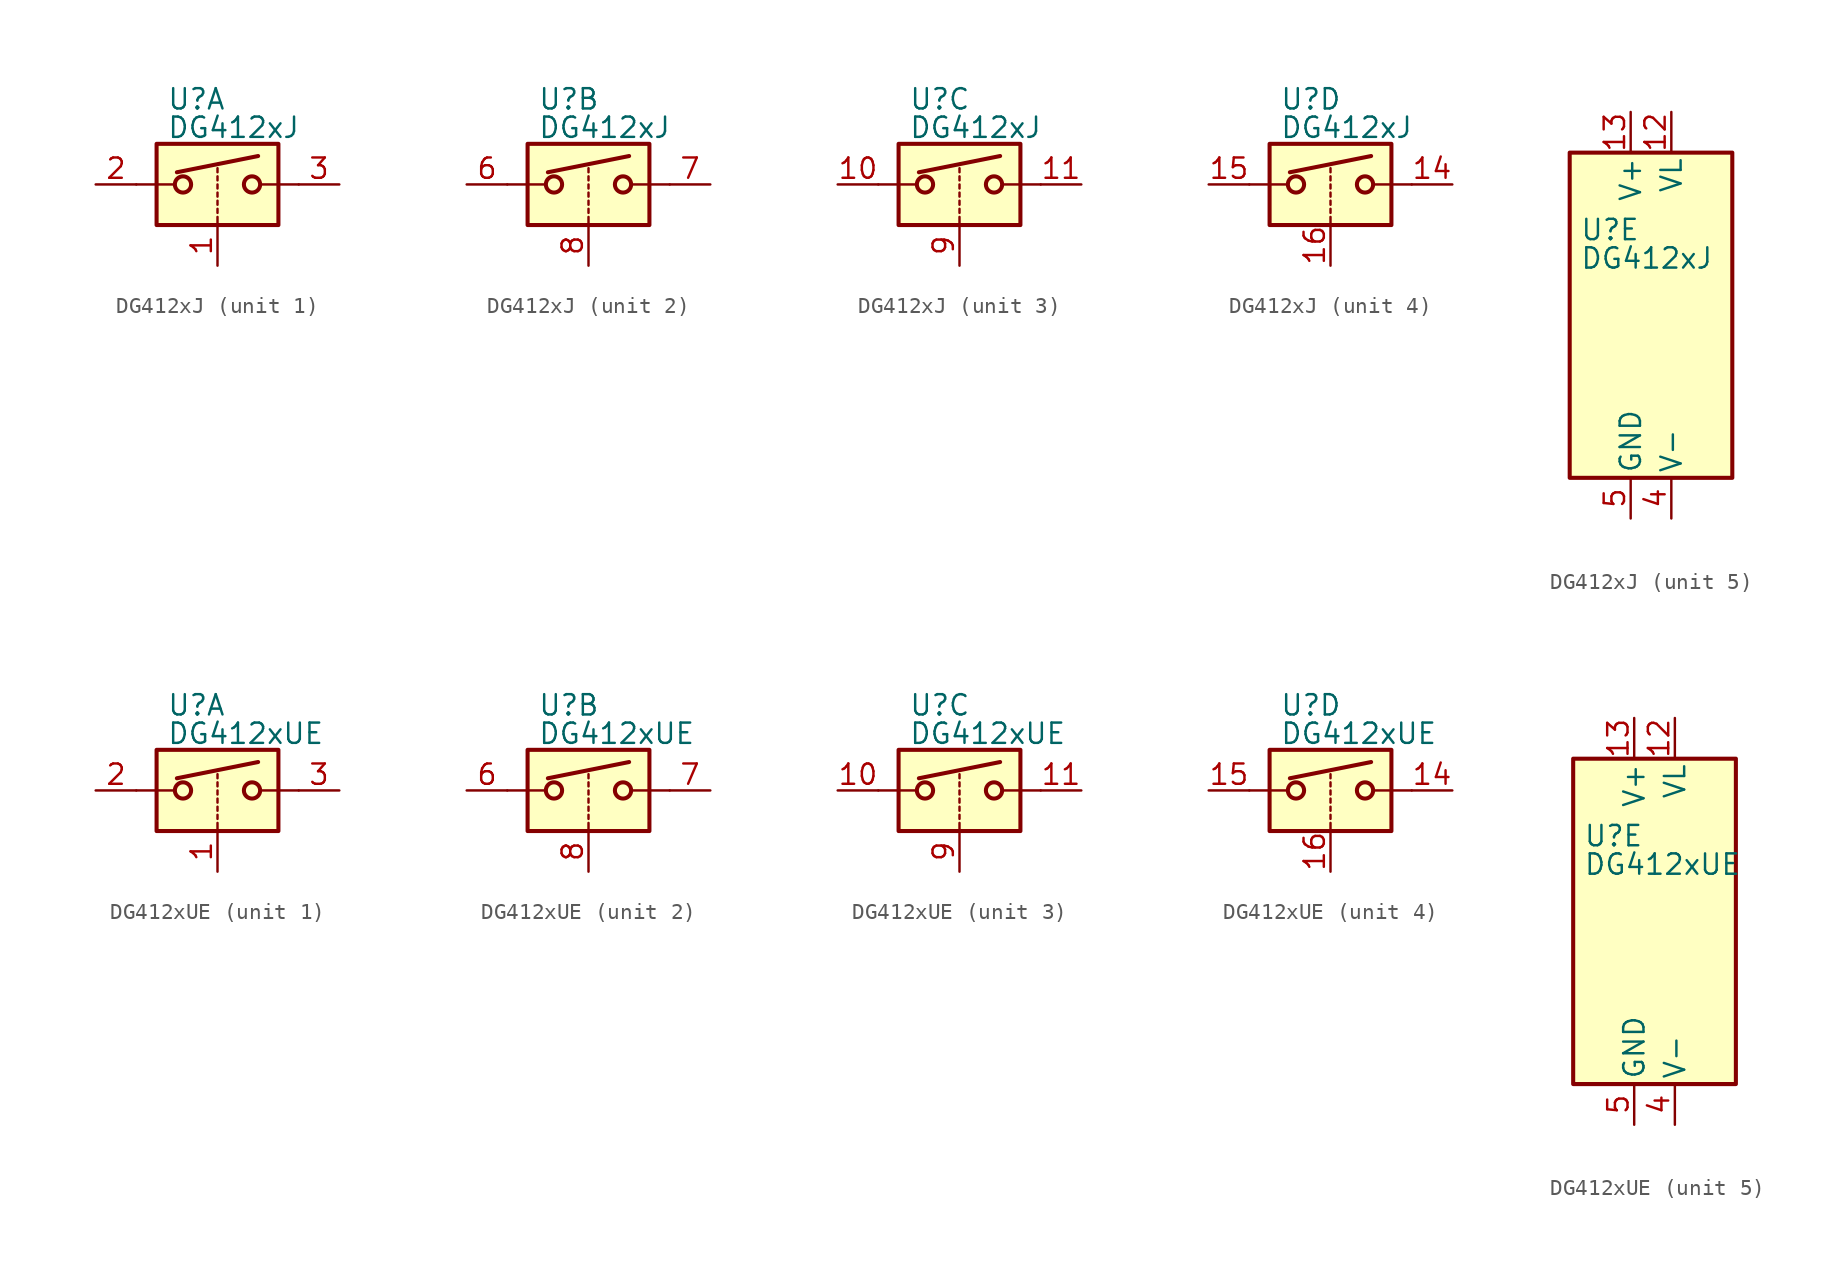
<source format=kicad_sym>
(kicad_symbol_lib
  (version 20241209)
  (generator "kicad_symbol_editor")
  (generator_version "9.0")
  (symbol "DG412xJ"
    (pin_names
      (offset 0.254))
    (property "Reference" "U"
      (at -3.175 5.334 0)
      (effects (font (size 1.27 1.27)) (justify left)))
    (property "Value" "DG412xJ"
      (at -3.175 3.556 0)
      (effects (font (size 1.27 1.27)) (justify left)))
    (symbol "DG412xJ_1_1"
      (polyline (pts (xy -5.08 0) (xy -2.794 0)) (stroke (width 0) (type default)) (fill (type none)))
      (rectangle (start -3.81 2.54) (end 3.81 -2.54) (stroke (width 0.254) (type default)) (fill (type background)))
      (polyline (pts (xy -2.54 0.762) (xy 2.54 1.778)) (stroke (width 0.254) (type default)) (fill (type none)))
      (circle (center -2.159 0) (radius 0.508) (stroke (width 0.254) (type default)) (fill (type none)))
      (polyline (pts (xy 0 0.762) (xy 0 1.016)) (stroke (width 0) (type default)) (fill (type none)))
      (polyline (pts (xy 0 0.254) (xy 0 0.508)) (stroke (width 0) (type default)) (fill (type none)))
      (polyline (pts (xy 0 -0.254) (xy 0 0)) (stroke (width 0) (type default)) (fill (type none)))
      (polyline (pts (xy 0 -0.762) (xy 0 -0.508)) (stroke (width 0) (type default)) (fill (type none)))
      (polyline (pts (xy 0 -1.27) (xy 0 -1.016)) (stroke (width 0) (type default)) (fill (type none)))
      (polyline (pts (xy 0 -1.778) (xy 0 -1.524)) (stroke (width 0) (type default)) (fill (type none)))
      (polyline (pts (xy 0 -2.54) (xy 0 -2.032)) (stroke (width 0) (type default)) (fill (type none)))
      (circle (center 2.159 0) (radius 0.508) (stroke (width 0.254) (type default)) (fill (type none)))
      (polyline (pts (xy 5.08 0) (xy 2.794 0)) (stroke (width 0) (type default)) (fill (type none)))
      (pin passive line (at -7.62 0 0) (length 2.54) (name "~" (effects (font (size 1.27 1.27)))) (number "2" (effects (font (size 1.27 1.27)))))
      (pin input line (at 0 -5.08 90) (length 2.54) (name "~" (effects (font (size 1.27 1.27)))) (number "1" (effects (font (size 1.27 1.27)))))
      (pin passive line (at 7.62 0 180) (length 2.54) (name "~" (effects (font (size 1.27 1.27)))) (number "3" (effects (font (size 1.27 1.27))))))
    (symbol "DG412xJ_2_1"
      (polyline (pts (xy -5.08 0) (xy -2.794 0)) (stroke (width 0) (type default)) (fill (type none)))
      (rectangle (start -3.81 2.54) (end 3.81 -2.54) (stroke (width 0.254) (type default)) (fill (type background)))
      (polyline (pts (xy -2.54 0.762) (xy 2.54 1.778)) (stroke (width 0.254) (type default)) (fill (type none)))
      (circle (center -2.159 0) (radius 0.508) (stroke (width 0.254) (type default)) (fill (type none)))
      (polyline (pts (xy 0 0.762) (xy 0 1.016)) (stroke (width 0) (type default)) (fill (type none)))
      (polyline (pts (xy 0 0.254) (xy 0 0.508)) (stroke (width 0) (type default)) (fill (type none)))
      (polyline (pts (xy 0 -0.254) (xy 0 0)) (stroke (width 0) (type default)) (fill (type none)))
      (polyline (pts (xy 0 -0.762) (xy 0 -0.508)) (stroke (width 0) (type default)) (fill (type none)))
      (polyline (pts (xy 0 -1.27) (xy 0 -1.016)) (stroke (width 0) (type default)) (fill (type none)))
      (polyline (pts (xy 0 -1.778) (xy 0 -1.524)) (stroke (width 0) (type default)) (fill (type none)))
      (polyline (pts (xy 0 -2.54) (xy 0 -2.032)) (stroke (width 0) (type default)) (fill (type none)))
      (circle (center 2.159 0) (radius 0.508) (stroke (width 0.254) (type default)) (fill (type none)))
      (polyline (pts (xy 5.08 0) (xy 2.794 0)) (stroke (width 0) (type default)) (fill (type none)))
      (pin passive line (at -7.62 0 0) (length 2.54) (name "~" (effects (font (size 1.27 1.27)))) (number "6" (effects (font (size 1.27 1.27)))))
      (pin input line (at 0 -5.08 90) (length 2.54) (name "~" (effects (font (size 1.27 1.27)))) (number "8" (effects (font (size 1.27 1.27)))))
      (pin passive line (at 7.62 0 180) (length 2.54) (name "~" (effects (font (size 1.27 1.27)))) (number "7" (effects (font (size 1.27 1.27))))))
    (symbol "DG412xJ_3_1"
      (polyline (pts (xy -5.08 0) (xy -2.794 0)) (stroke (width 0) (type default)) (fill (type none)))
      (rectangle (start -3.81 2.54) (end 3.81 -2.54) (stroke (width 0.254) (type default)) (fill (type background)))
      (polyline (pts (xy -2.54 0.762) (xy 2.54 1.778)) (stroke (width 0.254) (type default)) (fill (type none)))
      (circle (center -2.159 0) (radius 0.508) (stroke (width 0.254) (type default)) (fill (type none)))
      (polyline (pts (xy 0 0.762) (xy 0 1.016)) (stroke (width 0) (type default)) (fill (type none)))
      (polyline (pts (xy 0 0.254) (xy 0 0.508)) (stroke (width 0) (type default)) (fill (type none)))
      (polyline (pts (xy 0 -0.254) (xy 0 0)) (stroke (width 0) (type default)) (fill (type none)))
      (polyline (pts (xy 0 -0.762) (xy 0 -0.508)) (stroke (width 0) (type default)) (fill (type none)))
      (polyline (pts (xy 0 -1.27) (xy 0 -1.016)) (stroke (width 0) (type default)) (fill (type none)))
      (polyline (pts (xy 0 -1.778) (xy 0 -1.524)) (stroke (width 0) (type default)) (fill (type none)))
      (polyline (pts (xy 0 -2.54) (xy 0 -2.032)) (stroke (width 0) (type default)) (fill (type none)))
      (circle (center 2.159 0) (radius 0.508) (stroke (width 0.254) (type default)) (fill (type none)))
      (polyline (pts (xy 5.08 0) (xy 2.794 0)) (stroke (width 0) (type default)) (fill (type none)))
      (pin passive line (at -7.62 0 0) (length 2.54) (name "~" (effects (font (size 1.27 1.27)))) (number "10" (effects (font (size 1.27 1.27)))))
      (pin input line (at 0 -5.08 90) (length 2.54) (name "~" (effects (font (size 1.27 1.27)))) (number "9" (effects (font (size 1.27 1.27)))))
      (pin passive line (at 7.62 0 180) (length 2.54) (name "~" (effects (font (size 1.27 1.27)))) (number "11" (effects (font (size 1.27 1.27))))))
    (symbol "DG412xJ_4_1"
      (polyline (pts (xy -5.08 0) (xy -2.794 0)) (stroke (width 0) (type default)) (fill (type none)))
      (rectangle (start -3.81 2.54) (end 3.81 -2.54) (stroke (width 0.254) (type default)) (fill (type background)))
      (polyline (pts (xy -2.54 0.762) (xy 2.54 1.778)) (stroke (width 0.254) (type default)) (fill (type none)))
      (circle (center -2.159 0) (radius 0.508) (stroke (width 0.254) (type default)) (fill (type none)))
      (polyline (pts (xy 0 0.762) (xy 0 1.016)) (stroke (width 0) (type default)) (fill (type none)))
      (polyline (pts (xy 0 0.254) (xy 0 0.508)) (stroke (width 0) (type default)) (fill (type none)))
      (polyline (pts (xy 0 -0.254) (xy 0 0)) (stroke (width 0) (type default)) (fill (type none)))
      (polyline (pts (xy 0 -0.762) (xy 0 -0.508)) (stroke (width 0) (type default)) (fill (type none)))
      (polyline (pts (xy 0 -1.27) (xy 0 -1.016)) (stroke (width 0) (type default)) (fill (type none)))
      (polyline (pts (xy 0 -1.778) (xy 0 -1.524)) (stroke (width 0) (type default)) (fill (type none)))
      (polyline (pts (xy 0 -2.54) (xy 0 -2.032)) (stroke (width 0) (type default)) (fill (type none)))
      (circle (center 2.159 0) (radius 0.508) (stroke (width 0.254) (type default)) (fill (type none)))
      (polyline (pts (xy 5.08 0) (xy 2.794 0)) (stroke (width 0) (type default)) (fill (type none)))
      (pin passive line (at -7.62 0 0) (length 2.54) (name "~" (effects (font (size 1.27 1.27)))) (number "15" (effects (font (size 1.27 1.27)))))
      (pin input line (at 0 -5.08 90) (length 2.54) (name "~" (effects (font (size 1.27 1.27)))) (number "16" (effects (font (size 1.27 1.27)))))
      (pin passive line (at 7.62 0 180) (length 2.54) (name "~" (effects (font (size 1.27 1.27)))) (number "14" (effects (font (size 1.27 1.27))))))
    (symbol "DG412xJ_5_0"
      (pin power_in line (at 0 12.7 270) (length 2.54) (name "V+" (effects (font (size 1.27 1.27)))) (number "13" (effects (font (size 1.27 1.27)))))
      (pin power_in line (at 0 -12.7 90) (length 2.54) (name "GND" (effects (font (size 1.27 1.27)))) (number "5" (effects (font (size 1.27 1.27)))))
      (pin power_in line (at 2.54 12.7 270) (length 2.54) (name "VL" (effects (font (size 1.27 1.27)))) (number "12" (effects (font (size 1.27 1.27)))))
      (pin power_in line (at 2.54 -12.7 90) (length 2.54) (name "V-" (effects (font (size 1.27 1.27)))) (number "4" (effects (font (size 1.27 1.27))))))
    (symbol "DG412xJ_5_1"
      (rectangle (start -3.81 10.16) (end 6.35 -10.16) (stroke (width 0.254) (type default)) (fill (type background)))))
  (symbol "DG412xUE"
    (pin_names
      (offset 0.254))
    (property "Reference" "U"
      (at -3.175 5.334 0)
      (effects (font (size 1.27 1.27)) (justify left)))
    (property "Value" "DG412xUE"
      (at -3.175 3.556 0)
      (effects (font (size 1.27 1.27)) (justify left)))
    (symbol "DG412xUE_1_1"
      (polyline (pts (xy -5.08 0) (xy -2.794 0)) (stroke (width 0) (type default)) (fill (type none)))
      (rectangle (start -3.81 2.54) (end 3.81 -2.54) (stroke (width 0.254) (type default)) (fill (type background)))
      (polyline (pts (xy -2.54 0.762) (xy 2.54 1.778)) (stroke (width 0.254) (type default)) (fill (type none)))
      (circle (center -2.159 0) (radius 0.508) (stroke (width 0.254) (type default)) (fill (type none)))
      (polyline (pts (xy 0 0.762) (xy 0 1.016)) (stroke (width 0) (type default)) (fill (type none)))
      (polyline (pts (xy 0 0.254) (xy 0 0.508)) (stroke (width 0) (type default)) (fill (type none)))
      (polyline (pts (xy 0 -0.254) (xy 0 0)) (stroke (width 0) (type default)) (fill (type none)))
      (polyline (pts (xy 0 -0.762) (xy 0 -0.508)) (stroke (width 0) (type default)) (fill (type none)))
      (polyline (pts (xy 0 -1.27) (xy 0 -1.016)) (stroke (width 0) (type default)) (fill (type none)))
      (polyline (pts (xy 0 -1.778) (xy 0 -1.524)) (stroke (width 0) (type default)) (fill (type none)))
      (polyline (pts (xy 0 -2.54) (xy 0 -2.032)) (stroke (width 0) (type default)) (fill (type none)))
      (circle (center 2.159 0) (radius 0.508) (stroke (width 0.254) (type default)) (fill (type none)))
      (polyline (pts (xy 5.08 0) (xy 2.794 0)) (stroke (width 0) (type default)) (fill (type none)))
      (pin passive line (at -7.62 0 0) (length 2.54) (name "~" (effects (font (size 1.27 1.27)))) (number "2" (effects (font (size 1.27 1.27)))))
      (pin input line (at 0 -5.08 90) (length 2.54) (name "~" (effects (font (size 1.27 1.27)))) (number "1" (effects (font (size 1.27 1.27)))))
      (pin passive line (at 7.62 0 180) (length 2.54) (name "~" (effects (font (size 1.27 1.27)))) (number "3" (effects (font (size 1.27 1.27))))))
    (symbol "DG412xUE_2_1"
      (polyline (pts (xy -5.08 0) (xy -2.794 0)) (stroke (width 0) (type default)) (fill (type none)))
      (rectangle (start -3.81 2.54) (end 3.81 -2.54) (stroke (width 0.254) (type default)) (fill (type background)))
      (polyline (pts (xy -2.54 0.762) (xy 2.54 1.778)) (stroke (width 0.254) (type default)) (fill (type none)))
      (circle (center -2.159 0) (radius 0.508) (stroke (width 0.254) (type default)) (fill (type none)))
      (polyline (pts (xy 0 0.762) (xy 0 1.016)) (stroke (width 0) (type default)) (fill (type none)))
      (polyline (pts (xy 0 0.254) (xy 0 0.508)) (stroke (width 0) (type default)) (fill (type none)))
      (polyline (pts (xy 0 -0.254) (xy 0 0)) (stroke (width 0) (type default)) (fill (type none)))
      (polyline (pts (xy 0 -0.762) (xy 0 -0.508)) (stroke (width 0) (type default)) (fill (type none)))
      (polyline (pts (xy 0 -1.27) (xy 0 -1.016)) (stroke (width 0) (type default)) (fill (type none)))
      (polyline (pts (xy 0 -1.778) (xy 0 -1.524)) (stroke (width 0) (type default)) (fill (type none)))
      (polyline (pts (xy 0 -2.54) (xy 0 -2.032)) (stroke (width 0) (type default)) (fill (type none)))
      (circle (center 2.159 0) (radius 0.508) (stroke (width 0.254) (type default)) (fill (type none)))
      (polyline (pts (xy 5.08 0) (xy 2.794 0)) (stroke (width 0) (type default)) (fill (type none)))
      (pin passive line (at -7.62 0 0) (length 2.54) (name "~" (effects (font (size 1.27 1.27)))) (number "6" (effects (font (size 1.27 1.27)))))
      (pin input line (at 0 -5.08 90) (length 2.54) (name "~" (effects (font (size 1.27 1.27)))) (number "8" (effects (font (size 1.27 1.27)))))
      (pin passive line (at 7.62 0 180) (length 2.54) (name "~" (effects (font (size 1.27 1.27)))) (number "7" (effects (font (size 1.27 1.27))))))
    (symbol "DG412xUE_3_1"
      (polyline (pts (xy -5.08 0) (xy -2.794 0)) (stroke (width 0) (type default)) (fill (type none)))
      (rectangle (start -3.81 2.54) (end 3.81 -2.54) (stroke (width 0.254) (type default)) (fill (type background)))
      (polyline (pts (xy -2.54 0.762) (xy 2.54 1.778)) (stroke (width 0.254) (type default)) (fill (type none)))
      (circle (center -2.159 0) (radius 0.508) (stroke (width 0.254) (type default)) (fill (type none)))
      (polyline (pts (xy 0 0.762) (xy 0 1.016)) (stroke (width 0) (type default)) (fill (type none)))
      (polyline (pts (xy 0 0.254) (xy 0 0.508)) (stroke (width 0) (type default)) (fill (type none)))
      (polyline (pts (xy 0 -0.254) (xy 0 0)) (stroke (width 0) (type default)) (fill (type none)))
      (polyline (pts (xy 0 -0.762) (xy 0 -0.508)) (stroke (width 0) (type default)) (fill (type none)))
      (polyline (pts (xy 0 -1.27) (xy 0 -1.016)) (stroke (width 0) (type default)) (fill (type none)))
      (polyline (pts (xy 0 -1.778) (xy 0 -1.524)) (stroke (width 0) (type default)) (fill (type none)))
      (polyline (pts (xy 0 -2.54) (xy 0 -2.032)) (stroke (width 0) (type default)) (fill (type none)))
      (circle (center 2.159 0) (radius 0.508) (stroke (width 0.254) (type default)) (fill (type none)))
      (polyline (pts (xy 5.08 0) (xy 2.794 0)) (stroke (width 0) (type default)) (fill (type none)))
      (pin passive line (at -7.62 0 0) (length 2.54) (name "~" (effects (font (size 1.27 1.27)))) (number "10" (effects (font (size 1.27 1.27)))))
      (pin input line (at 0 -5.08 90) (length 2.54) (name "~" (effects (font (size 1.27 1.27)))) (number "9" (effects (font (size 1.27 1.27)))))
      (pin passive line (at 7.62 0 180) (length 2.54) (name "~" (effects (font (size 1.27 1.27)))) (number "11" (effects (font (size 1.27 1.27))))))
    (symbol "DG412xUE_4_1"
      (polyline (pts (xy -5.08 0) (xy -2.794 0)) (stroke (width 0) (type default)) (fill (type none)))
      (rectangle (start -3.81 2.54) (end 3.81 -2.54) (stroke (width 0.254) (type default)) (fill (type background)))
      (polyline (pts (xy -2.54 0.762) (xy 2.54 1.778)) (stroke (width 0.254) (type default)) (fill (type none)))
      (circle (center -2.159 0) (radius 0.508) (stroke (width 0.254) (type default)) (fill (type none)))
      (polyline (pts (xy 0 0.762) (xy 0 1.016)) (stroke (width 0) (type default)) (fill (type none)))
      (polyline (pts (xy 0 0.254) (xy 0 0.508)) (stroke (width 0) (type default)) (fill (type none)))
      (polyline (pts (xy 0 -0.254) (xy 0 0)) (stroke (width 0) (type default)) (fill (type none)))
      (polyline (pts (xy 0 -0.762) (xy 0 -0.508)) (stroke (width 0) (type default)) (fill (type none)))
      (polyline (pts (xy 0 -1.27) (xy 0 -1.016)) (stroke (width 0) (type default)) (fill (type none)))
      (polyline (pts (xy 0 -1.778) (xy 0 -1.524)) (stroke (width 0) (type default)) (fill (type none)))
      (polyline (pts (xy 0 -2.54) (xy 0 -2.032)) (stroke (width 0) (type default)) (fill (type none)))
      (circle (center 2.159 0) (radius 0.508) (stroke (width 0.254) (type default)) (fill (type none)))
      (polyline (pts (xy 5.08 0) (xy 2.794 0)) (stroke (width 0) (type default)) (fill (type none)))
      (pin passive line (at -7.62 0 0) (length 2.54) (name "~" (effects (font (size 1.27 1.27)))) (number "15" (effects (font (size 1.27 1.27)))))
      (pin input line (at 0 -5.08 90) (length 2.54) (name "~" (effects (font (size 1.27 1.27)))) (number "16" (effects (font (size 1.27 1.27)))))
      (pin passive line (at 7.62 0 180) (length 2.54) (name "~" (effects (font (size 1.27 1.27)))) (number "14" (effects (font (size 1.27 1.27))))))
    (symbol "DG412xUE_5_0"
      (pin power_in line (at 0 12.7 270) (length 2.54) (name "V+" (effects (font (size 1.27 1.27)))) (number "13" (effects (font (size 1.27 1.27)))))
      (pin power_in line (at 0 -12.7 90) (length 2.54) (name "GND" (effects (font (size 1.27 1.27)))) (number "5" (effects (font (size 1.27 1.27)))))
      (pin power_in line (at 2.54 12.7 270) (length 2.54) (name "VL" (effects (font (size 1.27 1.27)))) (number "12" (effects (font (size 1.27 1.27)))))
      (pin power_in line (at 2.54 -12.7 90) (length 2.54) (name "V-" (effects (font (size 1.27 1.27)))) (number "4" (effects (font (size 1.27 1.27))))))
    (symbol "DG412xUE_5_1"
      (rectangle (start -3.81 10.16) (end 6.35 -10.16) (stroke (width 0.254) (type default)) (fill (type background))))))
</source>
